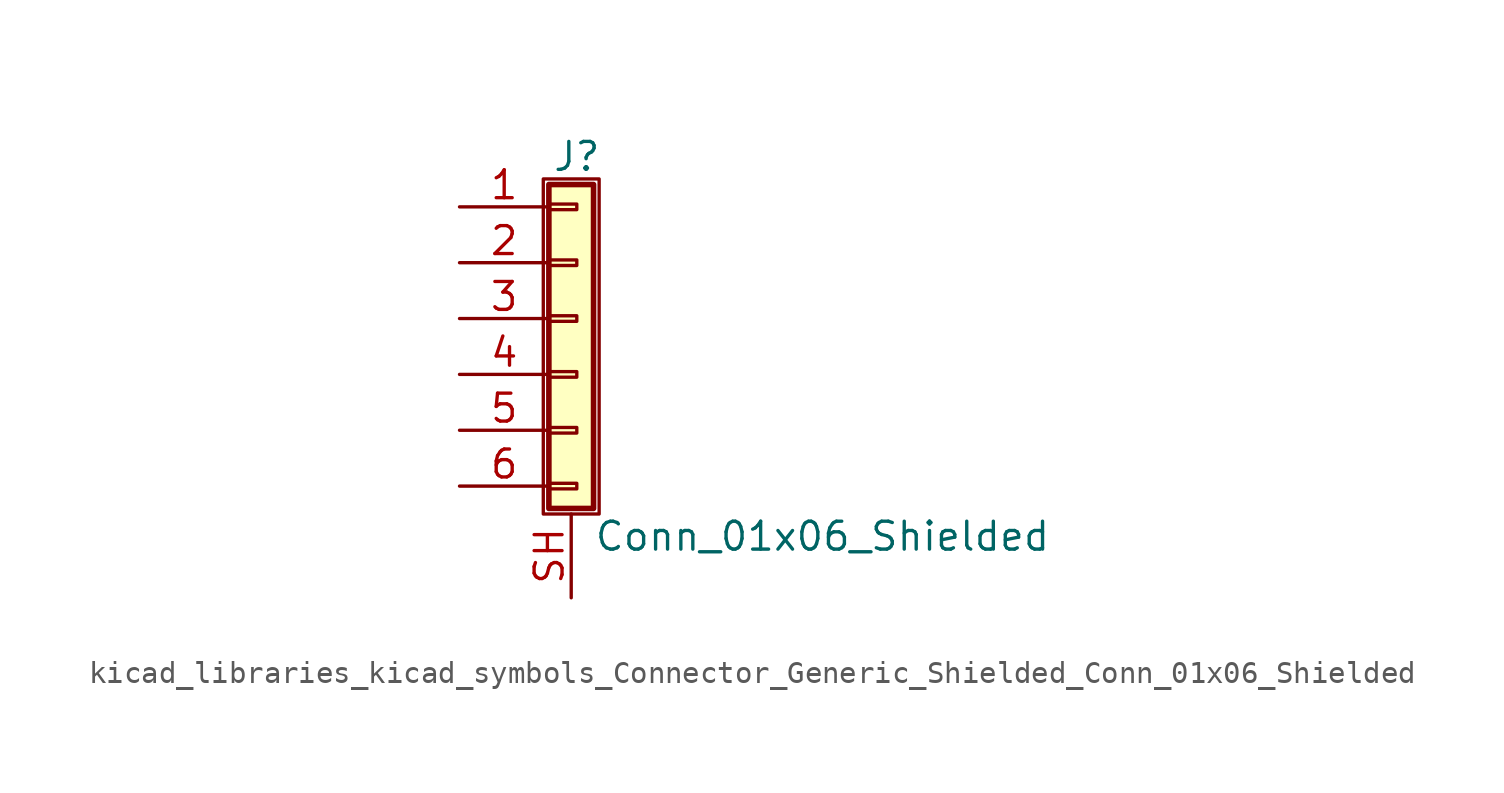
<source format=kicad_sym>
(kicad_symbol_lib
  (version 20220914)
  (generator kicad_symbol_editor)
  (symbol "kicad_libraries_kicad_symbols_Connector_Generic_Shielded_Conn_01x06_Shielded"
    (pin_names
      (offset 1.016) hide)
    (property "Reference" "J"
      (at 0.254 7.366 0)
      (effects (font (size 1.27 1.27))))
    (property "Value" "Conn_01x06_Shielded"
      (at 1.016 -9.906 0)
      (effects (font (size 1.27 1.27)) (justify left)))
    (symbol "kicad_libraries_kicad_symbols_Connector_Generic_Shielded_Conn_01x06_Shielded_1_1"
      (rectangle (start -1.27 6.35) (end 1.27 -8.89) (stroke (width 0.152) (type default)) (fill (type none)))
      (rectangle (start -1.016 -7.493) (end 0.254 -7.747) (stroke (width 0.152) (type default)) (fill (type none)))
      (rectangle (start -1.016 -4.953) (end 0.254 -5.207) (stroke (width 0.152) (type default)) (fill (type none)))
      (rectangle (start -1.016 -2.413) (end 0.254 -2.667) (stroke (width 0.152) (type default)) (fill (type none)))
      (rectangle (start -1.016 0.127) (end 0.254 -0.127) (stroke (width 0.152) (type default)) (fill (type none)))
      (rectangle (start -1.016 2.667) (end 0.254 2.413) (stroke (width 0.152) (type default)) (fill (type none)))
      (rectangle (start -1.016 5.207) (end 0.254 4.953) (stroke (width 0.152) (type default)) (fill (type none)))
      (rectangle (start -1.016 6.096) (end 1.016 -8.636) (stroke (width 0.254) (type default)) (fill (type background)))
      (pin passive line (at -5.08 5.08 0) (length 4.064) (name "Pin_1" (effects (font (size 1.27 1.27)))) (number "1" (effects (font (size 1.27 1.27)))))
      (pin passive line (at -5.08 2.54 0) (length 4.064) (name "Pin_2" (effects (font (size 1.27 1.27)))) (number "2" (effects (font (size 1.27 1.27)))))
      (pin passive line (at -5.08 0 0) (length 4.064) (name "Pin_3" (effects (font (size 1.27 1.27)))) (number "3" (effects (font (size 1.27 1.27)))))
      (pin passive line (at -5.08 -2.54 0) (length 4.064) (name "Pin_4" (effects (font (size 1.27 1.27)))) (number "4" (effects (font (size 1.27 1.27)))))
      (pin passive line (at -5.08 -5.08 0) (length 4.064) (name "Pin_5" (effects (font (size 1.27 1.27)))) (number "5" (effects (font (size 1.27 1.27)))))
      (pin passive line (at -5.08 -7.62 0) (length 4.064) (name "Pin_6" (effects (font (size 1.27 1.27)))) (number "6" (effects (font (size 1.27 1.27)))))
      (pin passive line (at 0 -12.7 90) (length 3.81) (name "Shield" (effects (font (size 1.27 1.27)))) (number "SH" (effects (font (size 1.27 1.27))))))))
</source>
